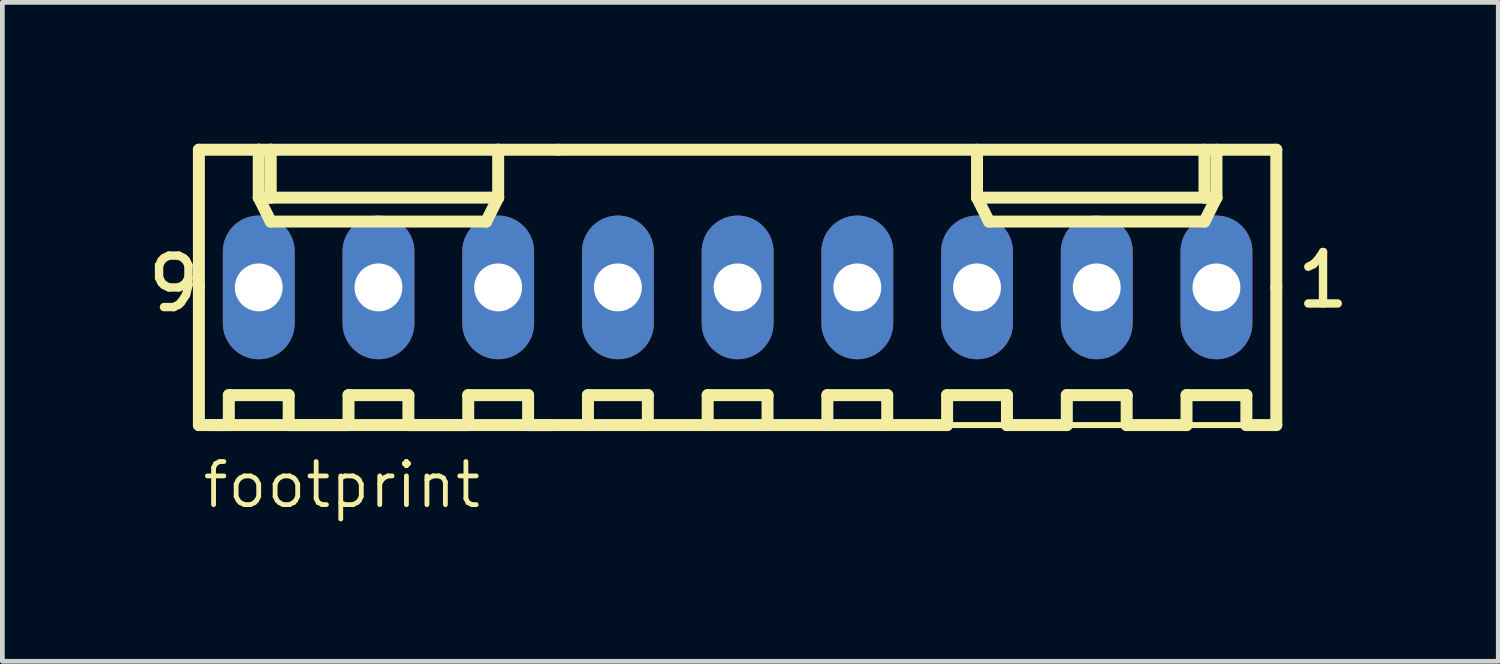
<source format=kicad_pcb>
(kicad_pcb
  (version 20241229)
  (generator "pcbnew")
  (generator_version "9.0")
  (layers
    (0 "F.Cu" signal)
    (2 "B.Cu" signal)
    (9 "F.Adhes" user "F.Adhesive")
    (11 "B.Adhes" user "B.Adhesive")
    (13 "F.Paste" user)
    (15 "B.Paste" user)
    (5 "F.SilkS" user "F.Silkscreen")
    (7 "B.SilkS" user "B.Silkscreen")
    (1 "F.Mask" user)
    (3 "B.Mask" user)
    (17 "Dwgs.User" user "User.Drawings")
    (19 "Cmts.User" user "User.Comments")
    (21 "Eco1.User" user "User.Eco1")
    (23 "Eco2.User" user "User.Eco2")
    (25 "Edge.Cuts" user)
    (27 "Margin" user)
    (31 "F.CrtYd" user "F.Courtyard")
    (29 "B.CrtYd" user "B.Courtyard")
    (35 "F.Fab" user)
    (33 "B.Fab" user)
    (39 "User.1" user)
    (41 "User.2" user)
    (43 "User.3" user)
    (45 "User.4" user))
  (footprint "footprint"
    (layer "F.Cu")
    (at 12.6 3.048)
    (property "Reference" "footprint" (at -11.403 4.726 0) (layer "F.SilkS") (effects (font (size 0.914 0.914) (thickness 0.102)) (justify left bottom)))
    (fp_line (start -11.43 -2.921) (end -10.16 -2.921) (stroke (width 0.254) (type solid)) (layer "F.SilkS"))
    (fp_line (start -11.43 0) (end -11.43 -2.921) (stroke (width 0.254) (type solid)) (layer "F.SilkS"))
    (fp_line (start -11.43 0) (end -11.43 2.921) (stroke (width 0.254) (type solid)) (layer "F.SilkS"))
    (fp_line (start -11.43 2.921) (end -3.937 2.921) (stroke (width 0.254) (type solid)) (layer "F.SilkS"))
    (fp_line (start -11.176 2.921) (end -10.795 2.921) (stroke (width 0.254) (type solid)) (layer "F.SilkS"))
    (fp_line (start -10.795 2.286) (end -9.525 2.286) (stroke (width 0.254) (type solid)) (layer "F.SilkS"))
    (fp_line (start -10.795 2.921) (end -10.795 2.286) (stroke (width 0.254) (type solid)) (layer "F.SilkS"))
    (fp_line (start -10.16 -2.921) (end -9.906 -2.921) (stroke (width 0.254) (type solid)) (layer "F.SilkS"))
    (fp_line (start -10.16 -2.54) (end -10.16 -2.921) (stroke (width 0.127) (type solid)) (layer "F.SilkS"))
    (fp_line (start -10.16 -1.905) (end -10.16 -2.921) (stroke (width 0.254) (type solid)) (layer "F.SilkS"))
    (fp_line (start -10.16 -1.905) (end -9.906 -1.905) (stroke (width 0.254) (type solid)) (layer "F.SilkS"))
    (fp_line (start -10.16 -1.905) (end -9.906 -1.397) (stroke (width 0.254) (type solid)) (layer "F.SilkS"))
    (fp_line (start -9.906 -2.921) (end -9.906 -1.905) (stroke (width 0.254) (type solid)) (layer "F.SilkS"))
    (fp_line (start -9.906 -2.921) (end -5.08 -2.921) (stroke (width 0.254) (type solid)) (layer "F.SilkS"))
    (fp_line (start -9.906 -1.905) (end -5.08 -1.905) (stroke (width 0.254) (type solid)) (layer "F.SilkS"))
    (fp_line (start -9.906 -1.397) (end -5.334 -1.397) (stroke (width 0.254) (type solid)) (layer "F.SilkS"))
    (fp_line (start -9.525 2.286) (end -9.525 2.921) (stroke (width 0.254) (type solid)) (layer "F.SilkS"))
    (fp_line (start -9.525 2.921) (end -8.255 2.921) (stroke (width 0.254) (type solid)) (layer "F.SilkS"))
    (fp_line (start -8.255 2.286) (end -6.985 2.286) (stroke (width 0.254) (type solid)) (layer "F.SilkS"))
    (fp_line (start -8.255 2.921) (end -8.255 2.286) (stroke (width 0.254) (type solid)) (layer "F.SilkS"))
    (fp_line (start -6.985 2.286) (end -6.985 2.921) (stroke (width 0.254) (type solid)) (layer "F.SilkS"))
    (fp_line (start -6.985 2.921) (end -5.715 2.921) (stroke (width 0.254) (type solid)) (layer "F.SilkS"))
    (fp_line (start -5.715 2.286) (end -4.445 2.286) (stroke (width 0.254) (type solid)) (layer "F.SilkS"))
    (fp_line (start -5.715 2.921) (end -5.715 2.286) (stroke (width 0.254) (type solid)) (layer "F.SilkS"))
    (fp_line (start -5.334 -1.397) (end -5.08 -1.905) (stroke (width 0.254) (type solid)) (layer "F.SilkS"))
    (fp_line (start -5.08 -2.921) (end -3.81 -2.921) (stroke (width 0.254) (type solid)) (layer "F.SilkS"))
    (fp_line (start -5.08 -1.905) (end -5.08 -2.921) (stroke (width 0.254) (type solid)) (layer "F.SilkS"))
    (fp_line (start -4.445 2.286) (end -4.445 2.921) (stroke (width 0.254) (type solid)) (layer "F.SilkS"))
    (fp_line (start -4.445 2.921) (end 4.445 2.921) (stroke (width 0.254) (type solid)) (layer "F.SilkS"))
    (fp_line (start -3.175 2.286) (end -1.905 2.286) (stroke (width 0.254) (type solid)) (layer "F.SilkS"))
    (fp_line (start -3.175 2.921) (end -3.175 2.286) (stroke (width 0.254) (type solid)) (layer "F.SilkS"))
    (fp_line (start -1.905 2.286) (end -1.905 2.921) (stroke (width 0.254) (type solid)) (layer "F.SilkS"))
    (fp_line (start -0.635 2.286) (end 0.635 2.286) (stroke (width 0.254) (type solid)) (layer "F.SilkS"))
    (fp_line (start -0.635 2.921) (end -0.635 2.286) (stroke (width 0.254) (type solid)) (layer "F.SilkS"))
    (fp_line (start 0.635 2.286) (end 0.635 2.921) (stroke (width 0.254) (type solid)) (layer "F.SilkS"))
    (fp_line (start 1.905 2.286) (end 3.175 2.286) (stroke (width 0.254) (type solid)) (layer "F.SilkS"))
    (fp_line (start 1.905 2.921) (end 1.905 2.286) (stroke (width 0.254) (type solid)) (layer "F.SilkS"))
    (fp_line (start 3.175 2.286) (end 3.175 2.921) (stroke (width 0.254) (type solid)) (layer "F.SilkS"))
    (fp_line (start 4.445 2.286) (end 5.715 2.286) (stroke (width 0.254) (type solid)) (layer "F.SilkS"))
    (fp_line (start 4.445 2.921) (end 4.445 2.286) (stroke (width 0.254) (type solid)) (layer "F.SilkS"))
    (fp_line (start 5.08 -1.905) (end 5.08 -2.921) (stroke (width 0.254) (type solid)) (layer "F.SilkS"))
    (fp_line (start 5.08 -1.905) (end 5.334 -1.397) (stroke (width 0.254) (type solid)) (layer "F.SilkS"))
    (fp_line (start 5.08 -1.905) (end 9.906 -1.905) (stroke (width 0.254) (type solid)) (layer "F.SilkS"))
    (fp_line (start 5.334 -1.397) (end 9.906 -1.397) (stroke (width 0.254) (type solid)) (layer "F.SilkS"))
    (fp_line (start 5.715 2.286) (end 5.715 2.921) (stroke (width 0.254) (type solid)) (layer "F.SilkS"))
    (fp_line (start 5.715 2.921) (end 6.985 2.921) (stroke (width 0.254) (type solid)) (layer "F.SilkS"))
    (fp_line (start 6.985 2.286) (end 8.255 2.286) (stroke (width 0.254) (type solid)) (layer "F.SilkS"))
    (fp_line (start 6.985 2.921) (end 6.985 2.286) (stroke (width 0.254) (type solid)) (layer "F.SilkS"))
    (fp_line (start 8.255 2.286) (end 8.255 2.921) (stroke (width 0.254) (type solid)) (layer "F.SilkS"))
    (fp_line (start 8.255 2.921) (end 9.525 2.921) (stroke (width 0.254) (type solid)) (layer "F.SilkS"))
    (fp_line (start 9.525 2.286) (end 10.795 2.286) (stroke (width 0.254) (type solid)) (layer "F.SilkS"))
    (fp_line (start 9.525 2.921) (end 9.525 2.286) (stroke (width 0.254) (type solid)) (layer "F.SilkS"))
    (fp_line (start 9.906 -2.921) (end 9.906 -1.905) (stroke (width 0.254) (type solid)) (layer "F.SilkS"))
    (fp_line (start 9.906 -1.905) (end 10.16 -1.905) (stroke (width 0.254) (type solid)) (layer "F.SilkS"))
    (fp_line (start 9.906 -1.397) (end 10.16 -1.905) (stroke (width 0.254) (type solid)) (layer "F.SilkS"))
    (fp_line (start 10.16 -1.905) (end 10.16 -2.921) (stroke (width 0.254) (type solid)) (layer "F.SilkS"))
    (fp_line (start 10.795 2.286) (end 10.795 2.921) (stroke (width 0.254) (type solid)) (layer "F.SilkS"))
    (fp_line (start 10.795 2.921) (end 11.43 2.921) (stroke (width 0.254) (type solid)) (layer "F.SilkS"))
    (fp_line (start 11.43 -2.921) (end -3.81 -2.921) (stroke (width 0.254) (type solid)) (layer "F.SilkS"))
    (fp_line (start 11.43 0) (end 11.43 -2.921) (stroke (width 0.254) (type solid)) (layer "F.SilkS"))
    (fp_line (start 11.43 0) (end 11.43 2.921) (stroke (width 0.254) (type solid)) (layer "F.SilkS"))
    (fp_line (start 11.43 2.921) (end -3.937 2.921) (stroke (width 0.127) (type solid)) (layer "F.SilkS"))
    (fp_poly (pts (xy -10.414 0.254) (xy -9.906 0.254) (xy -9.906 -0.254) (xy -10.414 -0.254)) (stroke (width 0.1) (type solid)) (fill no) (layer "F.Fab"))
    (fp_poly (pts (xy -7.874 0.254) (xy -7.366 0.254) (xy -7.366 -0.254) (xy -7.874 -0.254)) (stroke (width 0.1) (type solid)) (fill no) (layer "F.Fab"))
    (fp_poly (pts (xy -5.334 0.254) (xy -4.826 0.254) (xy -4.826 -0.254) (xy -5.334 -0.254)) (stroke (width 0.1) (type solid)) (fill no) (layer "F.Fab"))
    (fp_poly (pts (xy -2.794 0.254) (xy -2.286 0.254) (xy -2.286 -0.254) (xy -2.794 -0.254)) (stroke (width 0.1) (type solid)) (fill no) (layer "F.Fab"))
    (fp_poly (pts (xy -0.254 0.254) (xy 0.254 0.254) (xy 0.254 -0.254) (xy -0.254 -0.254)) (stroke (width 0.1) (type solid)) (fill no) (layer "F.Fab"))
    (fp_poly (pts (xy 2.286 0.254) (xy 2.794 0.254) (xy 2.794 -0.254) (xy 2.286 -0.254)) (stroke (width 0.1) (type solid)) (fill no) (layer "F.Fab"))
    (fp_poly (pts (xy 4.826 0.254) (xy 5.334 0.254) (xy 5.334 -0.254) (xy 4.826 -0.254)) (stroke (width 0.1) (type solid)) (fill no) (layer "F.Fab"))
    (fp_poly (pts (xy 7.366 0.254) (xy 7.874 0.254) (xy 7.874 -0.254) (xy 7.366 -0.254)) (stroke (width 0.1) (type solid)) (fill no) (layer "F.Fab"))
    (fp_poly (pts (xy 9.906 0.254) (xy 10.414 0.254) (xy 10.414 -0.254) (xy 9.906 -0.254)) (stroke (width 0.1) (type solid)) (fill no) (layer "F.Fab"))
    (fp_text user "9" (at -12.6 0.56 0) (layer "F.SilkS") (effects (font (size 1.092 1.092) (thickness 0.178)) (justify left bottom)))
    (fp_text user "1" (at 11.784 0.484 0) (layer "F.SilkS") (effects (font (size 1.092 1.092) (thickness 0.178)) (justify left bottom)))
    (pad "1" thru_hole oval (at 10.16 0 90) (size 3.048 1.524) (drill 1.016) (layers "*.Cu" "*.Mask"))
    (pad "2" thru_hole oval (at 7.62 0 90) (size 3.048 1.524) (drill 1.016) (layers "*.Cu" "*.Mask"))
    (pad "3" thru_hole oval (at 5.08 0 90) (size 3.048 1.524) (drill 1.016) (layers "*.Cu" "*.Mask"))
    (pad "4" thru_hole oval (at 2.54 0 90) (size 3.048 1.524) (drill 1.016) (layers "*.Cu" "*.Mask"))
    (pad "5" thru_hole oval (at 0 0 90) (size 3.048 1.524) (drill 1.016) (layers "*.Cu" "*.Mask"))
    (pad "6" thru_hole oval (at -2.54 0 90) (size 3.048 1.524) (drill 1.016) (layers "*.Cu" "*.Mask"))
    (pad "7" thru_hole oval (at -5.08 0 90) (size 3.048 1.524) (drill 1.016) (layers "*.Cu" "*.Mask"))
    (pad "8" thru_hole oval (at -7.62 0 90) (size 3.048 1.524) (drill 1.016) (layers "*.Cu" "*.Mask"))
    (pad "9" thru_hole oval (at -10.16 0 90) (size 3.048 1.524) (drill 1.016) (layers "*.Cu" "*.Mask")))
  (gr_rect
    (start -3 -3)
    (end 28.739 10.981)
    (stroke (width 0.1) (type default))
    (fill no)
    (layer "Edge.Cuts")))
</source>
